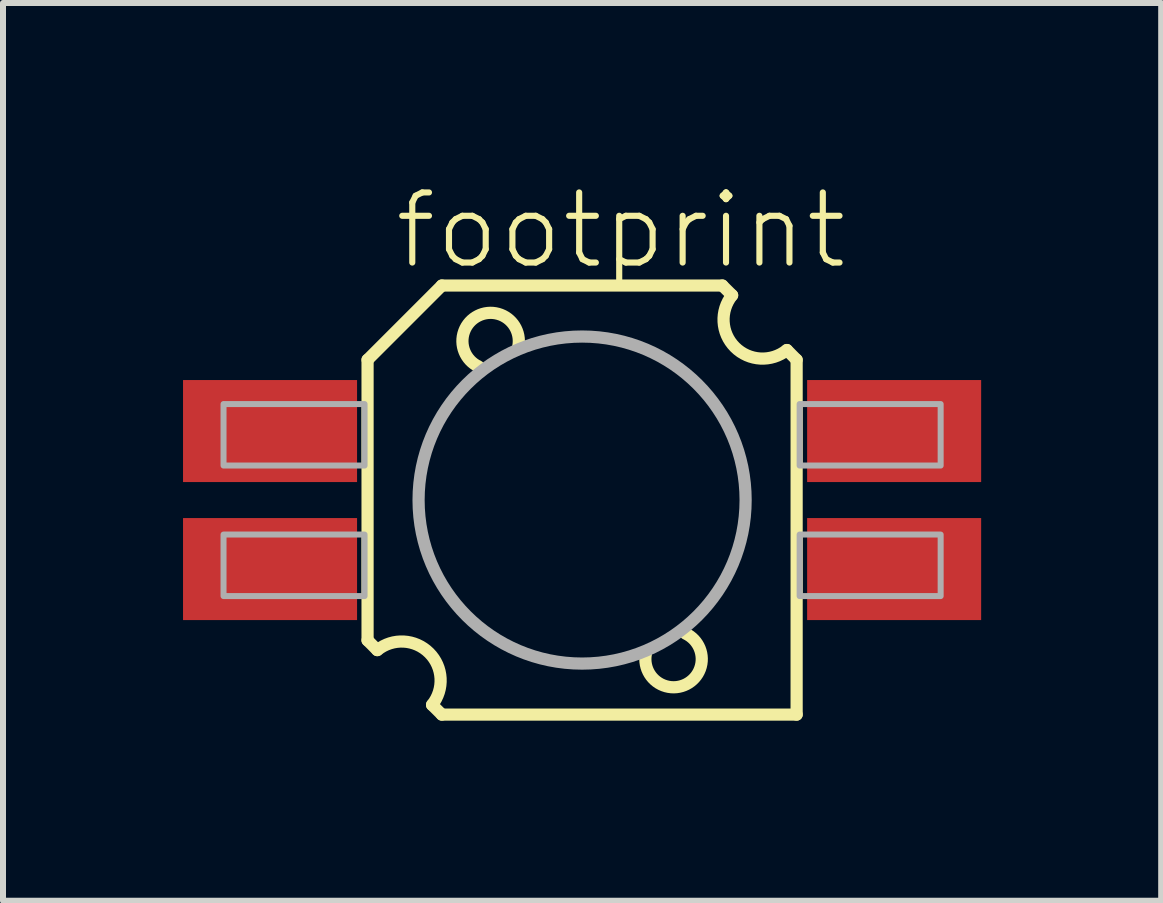
<source format=kicad_pcb>
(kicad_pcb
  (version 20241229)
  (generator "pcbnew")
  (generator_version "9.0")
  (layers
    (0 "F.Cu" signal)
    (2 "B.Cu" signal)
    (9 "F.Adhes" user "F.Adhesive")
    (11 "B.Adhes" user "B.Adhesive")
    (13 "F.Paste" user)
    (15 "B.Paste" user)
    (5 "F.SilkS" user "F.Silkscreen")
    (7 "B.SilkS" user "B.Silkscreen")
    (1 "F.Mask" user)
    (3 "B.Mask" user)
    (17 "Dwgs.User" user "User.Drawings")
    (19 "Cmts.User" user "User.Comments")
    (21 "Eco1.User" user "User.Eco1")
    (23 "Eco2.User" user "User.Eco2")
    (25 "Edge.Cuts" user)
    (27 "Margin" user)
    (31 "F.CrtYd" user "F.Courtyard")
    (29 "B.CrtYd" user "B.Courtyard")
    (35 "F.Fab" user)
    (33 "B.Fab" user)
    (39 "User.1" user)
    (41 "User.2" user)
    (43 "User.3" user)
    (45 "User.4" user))
  (footprint "footprint"
    (layer "F.Cu")
    (at 6.65 5.283)
    (property "Reference" "footprint" (at -3.175 -3.81 0) (layer "F.SilkS") (effects (font (size 1.168 1.168) (thickness 0.102)) (justify left bottom)))
    (fp_poly (pts (xy 2.542 -1.467) (xy 2.542 1.467) (xy 0 2.935) (xy -2.542 1.467) (xy -2.542 -1.467) (xy 0 -2.935)) (stroke (width 0) (type solid)) (fill yes) (layer "F.Mask"))
    (fp_line (start -3.575 -2.337) (end -2.337 -3.575) (stroke (width 0.203) (type solid)) (layer "F.SilkS"))
    (fp_line (start -3.575 2.337) (end -3.575 -2.337) (stroke (width 0.203) (type solid)) (layer "F.SilkS"))
    (fp_line (start -3.413 2.5) (end -3.575 2.337) (stroke (width 0.203) (type solid)) (layer "F.SilkS"))
    (fp_line (start -2.337 -3.575) (end 2.337 -3.575) (stroke (width 0.203) (type solid)) (layer "F.SilkS"))
    (fp_line (start -2.337 3.575) (end -2.5 3.413) (stroke (width 0.203) (type solid)) (layer "F.SilkS"))
    (fp_line (start 2.337 -3.575) (end 2.5 -3.413) (stroke (width 0.203) (type solid)) (layer "F.SilkS"))
    (fp_line (start 3.413 -2.5) (end 3.575 -2.337) (stroke (width 0.203) (type solid)) (layer "F.SilkS"))
    (fp_line (start 3.575 -2.337) (end 3.575 3.575) (stroke (width 0.203) (type solid)) (layer "F.SilkS"))
    (fp_line (start 3.575 3.575) (end -2.337 3.575) (stroke (width 0.203) (type solid)) (layer "F.SilkS"))
    (fp_arc (start -3.412499 2.499999) (mid -2.54749 2.547491) (end -2.5 3.4125) (stroke (width 0.2032) (type solid)) (layer "F.SilkS"))
    (fp_arc (start -1.725 -2.225) (mid -1.737641 -3.068797) (end -1.062499 -2.562499) (stroke (width 0.2032) (type solid)) (layer "F.SilkS"))
    (fp_arc (start 1.725 2.225) (mid 1.737641 3.068797) (end 1.062499 2.562499) (stroke (width 0.2032) (type solid)) (layer "F.SilkS"))
    (fp_arc (start 3.412499 -2.499999) (mid 2.54749 -2.547491) (end 2.5 -3.4125) (stroke (width 0.2032) (type solid)) (layer "F.SilkS"))
    (fp_poly (pts (xy 2.542 -1.467) (xy 2.542 1.467) (xy 0 2.935) (xy -2.542 1.467) (xy -2.542 -1.467) (xy 0 -2.935)) (stroke (width 0) (type solid)) (fill yes) (layer "F.Paste"))
    (fp_circle (center 0 0) (end 2.725 0) (stroke (width 0.203) (type solid)) (fill no) (layer "F.Fab"))
    (fp_poly (pts (xy -5.975 -0.575) (xy -3.625 -0.575) (xy -3.625 -1.6) (xy -5.975 -1.6)) (stroke (width 0.1) (type solid)) (fill no) (layer "F.Fab"))
    (fp_poly (pts (xy -5.975 1.6) (xy -3.625 1.6) (xy -3.625 0.575) (xy -5.975 0.575)) (stroke (width 0.1) (type solid)) (fill no) (layer "F.Fab"))
    (fp_poly (pts (xy 5.975 -1.6) (xy 3.625 -1.6) (xy 3.625 -0.575) (xy 5.975 -0.575)) (stroke (width 0.1) (type solid)) (fill no) (layer "F.Fab"))
    (fp_poly (pts (xy 5.975 0.575) (xy 3.625 0.575) (xy 3.625 1.6) (xy 5.975 1.6)) (stroke (width 0.1) (type solid)) (fill no) (layer "F.Fab"))
    (pad "1NC" smd rect (at -5.2 -1.15) (size 2.9 1.7) (layers "F.Cu" "F.Mask" "F.Paste"))
    (pad "2+" smd rect (at -5.2 1.15) (size 2.9 1.7) (layers "F.Cu" "F.Mask" "F.Paste"))
    (pad "3NC" smd rect (at 5.2 1.15 180) (size 2.9 1.7) (layers "F.Cu" "F.Mask" "F.Paste"))
    (pad "4-" smd rect (at 5.2 -1.15 180) (size 2.9 1.7) (layers "F.Cu" "F.Mask" "F.Paste")))
  (gr_rect
    (start -3 -3)
    (end 16.3 11.96)
    (stroke (width 0.1) (type default))
    (fill no)
    (layer "Edge.Cuts")))
</source>
